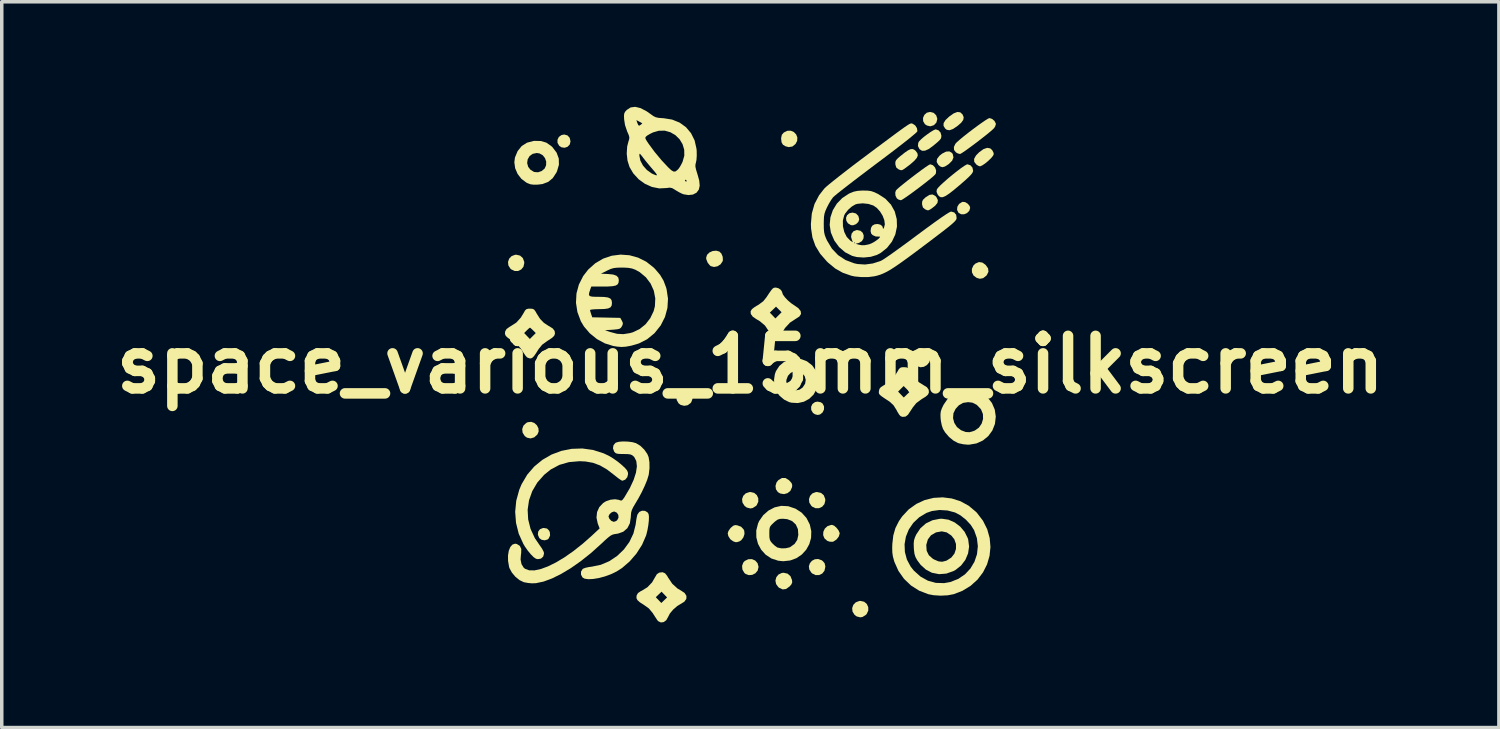
<source format=kicad_pcb>
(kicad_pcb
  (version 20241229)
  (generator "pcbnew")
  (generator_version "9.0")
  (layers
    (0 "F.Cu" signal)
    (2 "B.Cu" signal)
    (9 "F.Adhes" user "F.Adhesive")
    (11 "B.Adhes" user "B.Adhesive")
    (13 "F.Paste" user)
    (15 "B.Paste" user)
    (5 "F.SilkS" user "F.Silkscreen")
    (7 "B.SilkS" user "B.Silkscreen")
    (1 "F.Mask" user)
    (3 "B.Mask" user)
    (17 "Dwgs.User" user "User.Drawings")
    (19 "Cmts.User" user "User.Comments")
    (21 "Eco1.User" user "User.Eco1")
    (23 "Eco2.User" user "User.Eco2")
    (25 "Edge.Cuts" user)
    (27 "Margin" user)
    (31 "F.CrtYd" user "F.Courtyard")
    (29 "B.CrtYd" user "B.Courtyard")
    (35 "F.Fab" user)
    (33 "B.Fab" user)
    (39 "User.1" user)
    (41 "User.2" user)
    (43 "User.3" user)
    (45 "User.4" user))
  (footprint "space_various_15mm_silkscreen"
    (layer "F.Cu")
    (at 18.371 7.36)
    (property "Reference" "space_various_15mm_silkscreen" (at 0 0 0) (layer "F.SilkS") (effects (font (size 1.5 1.5) (thickness 0.3))))
    (attr board_only exclude_from_pos_files exclude_from_bom)
    (fp_poly (pts (xy -5.219 -6.544) (xy -5.156 -6.475) (xy -5.133 -6.371) (xy -5.157 -6.281) (xy -5.22 -6.218) (xy -5.304 -6.191) (xy -5.393 -6.205) (xy -5.455 -6.247) (xy -5.504 -6.331) (xy -5.505 -6.42) (xy -5.466 -6.5) (xy -5.392 -6.554) (xy -5.313 -6.57)) (stroke (width 0) (type solid)) (fill yes) (layer "F.SilkS"))
    (fp_poly (pts (xy 3.017 -4.315) (xy 3.084 -4.246) (xy 3.109 -4.148) (xy 3.083 -4.073) (xy 3.019 -4.011) (xy 2.937 -3.979) (xy 2.874 -3.982) (xy 2.787 -4.034) (xy 2.741 -4.108) (xy 2.733 -4.19) (xy 2.762 -4.266) (xy 2.827 -4.321) (xy 2.918 -4.341)) (stroke (width 0) (type solid)) (fill yes) (layer "F.SilkS"))
    (fp_poly (pts (xy 2.007 1.073) (xy 2.063 1.11) (xy 2.106 1.194) (xy 2.103 1.285) (xy 2.062 1.367) (xy 1.99 1.423) (xy 1.921 1.437) (xy 1.845 1.417) (xy 1.789 1.379) (xy 1.739 1.294) (xy 1.736 1.204) (xy 1.773 1.124) (xy 1.846 1.07) (xy 1.918 1.056)) (stroke (width 0) (type solid)) (fill yes) (layer "F.SilkS"))
    (fp_poly (pts (xy -6.165 1.666) (xy -6.093 1.732) (xy -6.049 1.818) (xy -6.043 1.912) (xy -6.08 1.997) (xy -6.17 2.077) (xy -6.273 2.107) (xy -6.375 2.086) (xy -6.439 2.04) (xy -6.501 1.943) (xy -6.512 1.838) (xy -6.476 1.74) (xy -6.396 1.664) (xy -6.355 1.644) (xy -6.256 1.633)) (stroke (width 0) (type solid)) (fill yes) (layer "F.SilkS"))
    (fp_poly (pts (xy -5.803 4.68) (xy -5.746 4.736) (xy -5.724 4.783) (xy -5.716 4.878) (xy -5.757 4.964) (xy -5.79 4.993) (xy -5.87 5.016) (xy -5.958 5.001) (xy -6.025 4.952) (xy -6.026 4.95) (xy -6.065 4.856) (xy -6.056 4.767) (xy -6.005 4.699) (xy -5.919 4.665) (xy -5.893 4.664)) (stroke (width 0) (type solid)) (fill yes) (layer "F.SilkS"))
    (fp_poly (pts (xy 4.951 -0.394) (xy 5.047 -0.345) (xy 5.111 -0.257) (xy 5.132 -0.159) (xy 5.108 -0.065) (xy 5.043 0.012) (xy 4.956 0.062) (xy 4.86 0.075) (xy 4.795 0.055) (xy 4.705 -0.02) (xy 4.666 -0.12) (xy 4.664 -0.16) (xy 4.688 -0.275) (xy 4.755 -0.358) (xy 4.838 -0.396)) (stroke (width 0) (type solid)) (fill yes) (layer "F.SilkS"))
    (fp_poly (pts (xy 5.233 -7.189) (xy 5.306 -7.12) (xy 5.338 -7.022) (xy 5.338 -7.01) (xy 5.312 -6.91) (xy 5.243 -6.837) (xy 5.145 -6.805) (xy 5.133 -6.805) (xy 5.047 -6.825) (xy 4.986 -6.863) (xy 4.935 -6.949) (xy 4.931 -7.043) (xy 4.968 -7.129) (xy 5.038 -7.192) (xy 5.133 -7.215)) (stroke (width 0) (type solid)) (fill yes) (layer "F.SilkS"))
    (fp_poly (pts (xy 6.131 -4.641) (xy 6.205 -4.597) (xy 6.26 -4.533) (xy 6.277 -4.476) (xy 6.252 -4.392) (xy 6.189 -4.329) (xy 6.106 -4.293) (xy 6.019 -4.293) (xy 5.945 -4.334) (xy 5.944 -4.336) (xy 5.903 -4.418) (xy 5.911 -4.508) (xy 5.96 -4.588) (xy 6.045 -4.642) (xy 6.059 -4.647)) (stroke (width 0) (type solid)) (fill yes) (layer "F.SilkS"))
    (fp_poly (pts (xy 6.628 -2.913) (xy 6.719 -2.847) (xy 6.788 -2.749) (xy 6.799 -2.651) (xy 6.751 -2.555) (xy 6.739 -2.541) (xy 6.648 -2.469) (xy 6.553 -2.451) (xy 6.465 -2.476) (xy 6.375 -2.542) (xy 6.328 -2.634) (xy 6.326 -2.735) (xy 6.371 -2.832) (xy 6.428 -2.886) (xy 6.529 -2.929)) (stroke (width 0) (type solid)) (fill yes) (layer "F.SilkS"))
    (fp_poly (pts (xy -6.572 -3.112) (xy -6.494 -3.042) (xy -6.455 -2.937) (xy -6.453 -2.9) (xy -6.477 -2.793) (xy -6.541 -2.716) (xy -6.63 -2.674) (xy -6.73 -2.674) (xy -6.827 -2.72) (xy -6.85 -2.741) (xy -6.908 -2.834) (xy -6.917 -2.934) (xy -6.884 -3.027) (xy -6.814 -3.099) (xy -6.714 -3.136) (xy -6.679 -3.138)) (stroke (width 0) (type solid)) (fill yes) (layer "F.SilkS"))
    (fp_poly (pts (xy -1.769 0.733) (xy -1.699 0.792) (xy -1.656 0.874) (xy -1.648 0.969) (xy -1.684 1.069) (xy -1.703 1.096) (xy -1.786 1.158) (xy -1.887 1.176) (xy -1.989 1.15) (xy -2.048 1.105) (xy -2.103 1.008) (xy -2.107 0.901) (xy -2.061 0.8) (xy -2.04 0.776) (xy -1.948 0.716) (xy -1.855 0.704)) (stroke (width 0) (type solid)) (fill yes) (layer "F.SilkS"))
    (fp_poly (pts (xy 0.111 3.662) (xy 0.186 3.726) (xy 0.227 3.815) (xy 0.228 3.915) (xy 0.184 4.01) (xy 0.163 4.034) (xy 0.068 4.094) (xy 0 4.106) (xy -0.103 4.079) (xy -0.163 4.034) (xy -0.224 3.939) (xy -0.235 3.839) (xy -0.202 3.746) (xy -0.131 3.675) (xy -0.027 3.639) (xy 0.007 3.637)) (stroke (width 0) (type solid)) (fill yes) (layer "F.SilkS"))
    (fp_poly (pts (xy 0.14 5.593) (xy 0.207 5.668) (xy 0.235 5.771) (xy 0.235 5.778) (xy 0.21 5.88) (xy 0.145 5.957) (xy 0.056 6.002) (xy -0.043 6.01) (xy -0.136 5.975) (xy -0.171 5.945) (xy -0.226 5.85) (xy -0.235 5.745) (xy -0.199 5.649) (xy -0.157 5.604) (xy -0.056 5.555) (xy 0.048 5.553)) (stroke (width 0) (type solid)) (fill yes) (layer "F.SilkS"))
    (fp_poly (pts (xy 1.066 5.968) (xy 1.147 6.041) (xy 1.191 6.151) (xy 1.196 6.22) (xy 1.171 6.277) (xy 1.12 6.334) (xy 1.022 6.405) (xy 0.925 6.418) (xy 0.826 6.373) (xy 0.802 6.354) (xy 0.736 6.265) (xy 0.717 6.166) (xy 0.742 6.07) (xy 0.803 5.993) (xy 0.898 5.948) (xy 0.953 5.942)) (stroke (width 0) (type solid)) (fill yes) (layer "F.SilkS"))
    (fp_poly (pts (xy 1.097 3.294) (xy 1.12 3.315) (xy 1.178 3.382) (xy 1.197 3.441) (xy 1.191 3.499) (xy 1.146 3.601) (xy 1.064 3.669) (xy 0.962 3.697) (xy 0.856 3.68) (xy 0.789 3.641) (xy 0.732 3.56) (xy 0.719 3.461) (xy 0.749 3.362) (xy 0.802 3.296) (xy 0.902 3.237) (xy 0.999 3.236)) (stroke (width 0) (type solid)) (fill yes) (layer "F.SilkS"))
    (fp_poly (pts (xy 1.242 -6.641) (xy 1.308 -6.574) (xy 1.343 -6.487) (xy 1.338 -6.389) (xy 1.291 -6.299) (xy 1.202 -6.227) (xy 1.094 -6.21) (xy 1.004 -6.234) (xy 0.931 -6.279) (xy 0.892 -6.347) (xy 0.88 -6.452) (xy 0.88 -6.468) (xy 0.9 -6.562) (xy 0.957 -6.627) (xy 1.057 -6.676) (xy 1.156 -6.678)) (stroke (width 0) (type solid)) (fill yes) (layer "F.SilkS"))
    (fp_poly (pts (xy 2.019 3.662) (xy 2.099 3.731) (xy 2.139 3.838) (xy 2.141 3.879) (xy 2.116 3.982) (xy 2.052 4.057) (xy 1.963 4.098) (xy 1.863 4.1) (xy 1.768 4.055) (xy 1.744 4.034) (xy 1.685 3.941) (xy 1.675 3.841) (xy 1.706 3.748) (xy 1.774 3.675) (xy 1.873 3.639) (xy 1.903 3.637)) (stroke (width 0) (type solid)) (fill yes) (layer "F.SilkS"))
    (fp_poly (pts (xy 3.251 6.77) (xy 3.326 6.834) (xy 3.367 6.923) (xy 3.368 7.023) (xy 3.322 7.119) (xy 3.301 7.143) (xy 3.206 7.203) (xy 3.138 7.215) (xy 3.035 7.188) (xy 2.976 7.143) (xy 2.918 7.051) (xy 2.908 6.951) (xy 2.941 6.858) (xy 3.011 6.786) (xy 3.112 6.748) (xy 3.147 6.746)) (stroke (width 0) (type solid)) (fill yes) (layer "F.SilkS"))
    (fp_poly (pts (xy 5.757 -6.044) (xy 5.78 -6.01) (xy 5.8 -5.916) (xy 5.762 -5.822) (xy 5.667 -5.728) (xy 5.656 -5.719) (xy 5.557 -5.656) (xy 5.483 -5.636) (xy 5.42 -5.658) (xy 5.367 -5.705) (xy 5.32 -5.787) (xy 5.331 -5.872) (xy 5.399 -5.962) (xy 5.475 -6.023) (xy 5.588 -6.081) (xy 5.684 -6.088)) (stroke (width 0) (type solid)) (fill yes) (layer "F.SilkS"))
    (fp_poly (pts (xy -0.881 -3.227) (xy -0.824 -3.168) (xy -0.788 -3.078) (xy -0.783 -2.984) (xy -0.791 -2.95) (xy -0.85 -2.863) (xy -0.937 -2.807) (xy -1.037 -2.788) (xy -1.129 -2.812) (xy -1.146 -2.824) (xy -1.215 -2.905) (xy -1.256 -3.007) (xy -1.261 -3.05) (xy -1.235 -3.135) (xy -1.167 -3.202) (xy -1.073 -3.244) (xy -0.97 -3.253)) (stroke (width 0) (type solid)) (fill yes) (layer "F.SilkS"))
    (fp_poly (pts (xy 2.037 5.585) (xy 2.064 5.604) (xy 2.121 5.669) (xy 2.141 5.754) (xy 2.141 5.775) (xy 2.117 5.885) (xy 2.054 5.965) (xy 1.965 6.008) (xy 1.865 6.009) (xy 1.767 5.962) (xy 1.744 5.941) (xy 1.684 5.849) (xy 1.672 5.756) (xy 1.701 5.67) (xy 1.76 5.6) (xy 1.842 5.557) (xy 1.937 5.549)) (stroke (width 0) (type solid)) (fill yes) (layer "F.SilkS"))
    (fp_poly (pts (xy 5.993 -7.204) (xy 6.057 -7.146) (xy 6.059 -7.142) (xy 6.092 -7.064) (xy 6.08 -6.989) (xy 6.021 -6.906) (xy 5.913 -6.812) (xy 5.788 -6.728) (xy 5.689 -6.692) (xy 5.61 -6.704) (xy 5.563 -6.741) (xy 5.516 -6.818) (xy 5.519 -6.897) (xy 5.574 -6.984) (xy 5.678 -7.082) (xy 5.807 -7.173) (xy 5.911 -7.213)) (stroke (width 0) (type solid)) (fill yes) (layer "F.SilkS"))
    (fp_poly (pts (xy 2.395 4.599) (xy 2.462 4.658) (xy 2.519 4.732) (xy 2.55 4.804) (xy 2.552 4.821) (xy 2.527 4.907) (xy 2.464 4.99) (xy 2.381 5.047) (xy 2.346 5.058) (xy 2.267 5.055) (xy 2.196 5.03) (xy 2.116 4.959) (xy 2.08 4.868) (xy 2.085 4.771) (xy 2.127 4.682) (xy 2.201 4.613) (xy 2.303 4.578) (xy 2.336 4.576)) (stroke (width 0) (type solid)) (fill yes) (layer "F.SilkS"))
    (fp_poly (pts (xy 6.85 -6.174) (xy 6.906 -6.123) (xy 6.94 -6.058) (xy 6.951 -6.012) (xy 6.929 -5.962) (xy 6.871 -5.892) (xy 6.791 -5.815) (xy 6.704 -5.743) (xy 6.622 -5.688) (xy 6.56 -5.661) (xy 6.552 -5.661) (xy 6.506 -5.678) (xy 6.452 -5.714) (xy 6.393 -5.789) (xy 6.389 -5.874) (xy 6.443 -5.971) (xy 6.53 -6.06) (xy 6.654 -6.151) (xy 6.762 -6.189)) (stroke (width 0) (type solid)) (fill yes) (layer "F.SilkS"))
    (fp_poly (pts (xy -0.376 4.587) (xy -0.264 4.627) (xy -0.194 4.7) (xy -0.173 4.744) (xy -0.166 4.835) (xy -0.198 4.933) (xy -0.258 5.013) (xy -0.308 5.045) (xy -0.376 5.067) (xy -0.424 5.068) (xy -0.487 5.045) (xy -0.488 5.045) (xy -0.57 4.986) (xy -0.628 4.895) (xy -0.645 4.816) (xy -0.625 4.752) (xy -0.575 4.679) (xy -0.556 4.658) (xy -0.489 4.6) (xy -0.431 4.581)) (stroke (width 0) (type solid)) (fill yes) (layer "F.SilkS"))
    (fp_poly (pts (xy 5.284 -4.814) (xy 5.316 -4.777) (xy 5.355 -4.696) (xy 5.343 -4.618) (xy 5.278 -4.537) (xy 5.214 -4.486) (xy 5.138 -4.432) (xy 5.09 -4.407) (xy 5.051 -4.408) (xy 5.001 -4.43) (xy 4.986 -4.437) (xy 4.929 -4.486) (xy 4.905 -4.567) (xy 4.904 -4.58) (xy 4.905 -4.651) (xy 4.93 -4.705) (xy 4.991 -4.765) (xy 5.007 -4.778) (xy 5.113 -4.846) (xy 5.204 -4.858)) (stroke (width 0) (type solid)) (fill yes) (layer "F.SilkS"))
    (fp_poly (pts (xy 4.689 -6.13) (xy 4.722 -6.101) (xy 4.77 -6.037) (xy 4.782 -5.972) (xy 4.753 -5.901) (xy 4.681 -5.818) (xy 4.563 -5.715) (xy 4.478 -5.65) (xy 4.394 -5.588) (xy 4.34 -5.556) (xy 4.3 -5.55) (xy 4.257 -5.565) (xy 4.224 -5.581) (xy 4.166 -5.63) (xy 4.142 -5.713) (xy 4.141 -5.723) (xy 4.141 -5.786) (xy 4.161 -5.836) (xy 4.211 -5.89) (xy 4.271 -5.942) (xy 4.404 -6.049) (xy 4.504 -6.118) (xy 4.579 -6.152) (xy 4.638 -6.155)) (stroke (width 0) (type solid)) (fill yes) (layer "F.SilkS"))
    (fp_poly (pts (xy 5.373 -6.69) (xy 5.432 -6.624) (xy 5.455 -6.538) (xy 5.452 -6.492) (xy 5.439 -6.453) (xy 5.407 -6.41) (xy 5.347 -6.354) (xy 5.252 -6.274) (xy 5.227 -6.253) (xy 5.095 -6.156) (xy 4.989 -6.108) (xy 4.904 -6.105) (xy 4.835 -6.148) (xy 4.829 -6.154) (xy 4.785 -6.241) (xy 4.795 -6.333) (xy 4.817 -6.372) (xy 4.874 -6.431) (xy 4.957 -6.503) (xy 5.055 -6.577) (xy 5.152 -6.645) (xy 5.234 -6.694) (xy 5.289 -6.716) (xy 5.293 -6.717)) (stroke (width 0) (type solid)) (fill yes) (layer "F.SilkS"))
    (fp_poly (pts (xy 6.282 -5.693) (xy 6.341 -5.627) (xy 6.361 -5.537) (xy 6.36 -5.525) (xy 6.346 -5.485) (xy 6.311 -5.434) (xy 6.247 -5.367) (xy 6.151 -5.277) (xy 6.015 -5.158) (xy 5.961 -5.112) (xy 5.796 -4.974) (xy 5.667 -4.875) (xy 5.568 -4.811) (xy 5.493 -4.78) (xy 5.435 -4.78) (xy 5.389 -4.807) (xy 5.349 -4.856) (xy 5.316 -4.935) (xy 5.326 -5.002) (xy 5.36 -5.049) (xy 5.43 -5.122) (xy 5.528 -5.212) (xy 5.644 -5.314) (xy 5.769 -5.418) (xy 5.894 -5.517) (xy 6.009 -5.605) (xy 6.106 -5.672) (xy 6.175 -5.712) (xy 6.199 -5.719)) (stroke (width 0) (type solid)) (fill yes) (layer "F.SilkS"))
    (fp_poly (pts (xy 5.213 -5.694) (xy 5.273 -5.629) (xy 5.305 -5.546) (xy 5.299 -5.463) (xy 5.286 -5.438) (xy 5.248 -5.398) (xy 5.173 -5.332) (xy 5.069 -5.248) (xy 4.947 -5.152) (xy 4.814 -5.05) (xy 4.68 -4.95) (xy 4.554 -4.858) (xy 4.443 -4.78) (xy 4.358 -4.724) (xy 4.306 -4.695) (xy 4.298 -4.693) (xy 4.227 -4.714) (xy 4.184 -4.746) (xy 4.145 -4.822) (xy 4.138 -4.912) (xy 4.158 -4.974) (xy 4.195 -5.012) (xy 4.268 -5.076) (xy 4.369 -5.158) (xy 4.489 -5.254) (xy 4.62 -5.355) (xy 4.753 -5.456) (xy 4.878 -5.549) (xy 4.988 -5.628) (xy 5.074 -5.686) (xy 5.126 -5.716) (xy 5.136 -5.719)) (stroke (width 0) (type solid)) (fill yes) (layer "F.SilkS"))
    (fp_poly (pts (xy 6.903 -7.015) (xy 6.97 -6.958) (xy 7.008 -6.886) (xy 7.01 -6.867) (xy 6.992 -6.803) (xy 6.959 -6.751) (xy 6.911 -6.705) (xy 6.83 -6.635) (xy 6.722 -6.547) (xy 6.598 -6.45) (xy 6.466 -6.348) (xy 6.334 -6.249) (xy 6.211 -6.159) (xy 6.107 -6.085) (xy 6.03 -6.035) (xy 5.989 -6.013) (xy 5.987 -6.013) (xy 5.926 -6.029) (xy 5.873 -6.058) (xy 5.817 -6.128) (xy 5.812 -6.214) (xy 5.854 -6.304) (xy 5.888 -6.342) (xy 5.976 -6.42) (xy 6.089 -6.514) (xy 6.218 -6.616) (xy 6.354 -6.72) (xy 6.488 -6.819) (xy 6.611 -6.907) (xy 6.715 -6.978) (xy 6.79 -7.024) (xy 6.827 -7.039)) (stroke (width 0) (type solid)) (fill yes) (layer "F.SilkS"))
    (fp_poly (pts (xy -3.007 4.175) (xy -2.936 4.216) (xy -2.904 4.266) (xy -2.894 4.339) (xy -2.897 4.452) (xy -2.912 4.587) (xy -2.937 4.728) (xy -2.969 4.858) (xy -2.978 4.885) (xy -3.091 5.145) (xy -3.251 5.394) (xy -3.445 5.619) (xy -3.664 5.808) (xy -3.816 5.905) (xy -3.977 5.983) (xy -4.149 6.046) (xy -4.32 6.092) (xy -4.482 6.119) (xy -4.622 6.126) (xy -4.73 6.111) (xy -4.791 6.076) (xy -4.834 5.995) (xy -4.833 5.908) (xy -4.789 5.838) (xy -4.773 5.826) (xy -4.709 5.801) (xy -4.61 5.779) (xy -4.526 5.768) (xy -4.267 5.714) (xy -4.023 5.61) (xy -3.802 5.462) (xy -3.609 5.277) (xy -3.452 5.062) (xy -3.338 4.824) (xy -3.274 4.569) (xy -3.268 4.524) (xy -3.253 4.414) (xy -3.233 4.317) (xy -3.22 4.275) (xy -3.168 4.204) (xy -3.091 4.171)) (stroke (width 0) (type solid)) (fill yes) (layer "F.SilkS"))
    (fp_poly (pts (xy -5.977 -6.384) (xy -5.824 -6.338) (xy -5.687 -6.244) (xy -5.648 -6.207) (xy -5.53 -6.052) (xy -5.468 -5.884) (xy -5.464 -5.706) (xy -5.518 -5.522) (xy -5.536 -5.483) (xy -5.64 -5.324) (xy -5.77 -5.217) (xy -5.932 -5.156) (xy -6.065 -5.139) (xy -6.187 -5.137) (xy -6.277 -5.149) (xy -6.361 -5.181) (xy -6.394 -5.198) (xy -6.535 -5.303) (xy -6.643 -5.443) (xy -6.713 -5.605) (xy -6.734 -5.755) (xy -6.371 -5.755) (xy -6.342 -5.648) (xy -6.278 -5.565) (xy -6.172 -5.5) (xy -6.061 -5.491) (xy -5.955 -5.528) (xy -5.871 -5.599) (xy -5.83 -5.693) (xy -5.827 -5.796) (xy -5.861 -5.895) (xy -5.926 -5.978) (xy -6.019 -6.03) (xy -6.098 -6.042) (xy -6.215 -6.017) (xy -6.302 -5.953) (xy -6.356 -5.861) (xy -6.371 -5.755) (xy -6.734 -5.755) (xy -6.737 -5.776) (xy -6.72 -5.912) (xy -6.643 -6.097) (xy -6.528 -6.239) (xy -6.377 -6.336) (xy -6.195 -6.385) (xy -6.16 -6.388)) (stroke (width 0) (type solid)) (fill yes) (layer "F.SilkS"))
    (fp_poly (pts (xy 1.454 -0.157) (xy 1.616 -0.095) (xy 1.758 0.014) (xy 1.779 0.037) (xy 1.875 0.18) (xy 1.925 0.34) (xy 1.93 0.53) (xy 1.93 0.531) (xy 1.89 0.707) (xy 1.804 0.858) (xy 1.681 0.977) (xy 1.529 1.059) (xy 1.358 1.097) (xy 1.177 1.087) (xy 1.107 1.069) (xy 0.967 1) (xy 0.839 0.893) (xy 0.741 0.766) (xy 0.715 0.715) (xy 0.683 0.582) (xy 0.68 0.485) (xy 1.027 0.485) (xy 1.053 0.576) (xy 1.121 0.658) (xy 1.215 0.715) (xy 1.305 0.733) (xy 1.403 0.716) (xy 1.489 0.657) (xy 1.498 0.648) (xy 1.565 0.545) (xy 1.582 0.434) (xy 1.552 0.329) (xy 1.479 0.243) (xy 1.367 0.189) (xy 1.366 0.189) (xy 1.255 0.188) (xy 1.154 0.235) (xy 1.075 0.319) (xy 1.032 0.43) (xy 1.027 0.485) (xy 0.68 0.485) (xy 0.678 0.426) (xy 0.701 0.273) (xy 0.73 0.189) (xy 0.828 0.038) (xy 0.96 -0.074) (xy 1.116 -0.145) (xy 1.284 -0.173)) (stroke (width 0) (type solid)) (fill yes) (layer "F.SilkS"))
    (fp_poly (pts (xy -2.434 5.957) (xy -2.373 6.033) (xy -2.352 6.072) (xy -2.229 6.255) (xy -2.076 6.394) (xy -1.977 6.451) (xy -1.874 6.521) (xy -1.823 6.603) (xy -1.826 6.688) (xy -1.882 6.767) (xy -1.966 6.82) (xy -2.087 6.892) (xy -2.202 6.993) (xy -2.295 7.103) (xy -2.347 7.203) (xy -2.399 7.296) (xy -2.472 7.35) (xy -2.553 7.361) (xy -2.629 7.325) (xy -2.655 7.296) (xy -2.697 7.232) (xy -2.754 7.144) (xy -2.786 7.093) (xy -2.895 6.962) (xy -3.038 6.859) (xy -3.152 6.786) (xy -3.22 6.726) (xy -3.25 6.669) (xy -3.249 6.64) (xy -2.699 6.64) (xy -2.62 6.722) (xy -2.541 6.805) (xy -2.458 6.726) (xy -2.376 6.647) (xy -2.455 6.564) (xy -2.534 6.482) (xy -2.616 6.561) (xy -2.699 6.64) (xy -3.249 6.64) (xy -3.248 6.604) (xy -3.244 6.588) (xy -3.208 6.522) (xy -3.128 6.468) (xy -3.099 6.455) (xy -2.938 6.356) (xy -2.804 6.216) (xy -2.726 6.081) (xy -2.668 5.983) (xy -2.601 5.938) (xy -2.599 5.938) (xy -2.505 5.927)) (stroke (width 0) (type solid)) (fill yes) (layer "F.SilkS"))
    (fp_poly (pts (xy 0.807 -2.18) (xy 0.873 -2.133) (xy 0.908 -2.075) (xy 0.909 -2.063) (xy 0.931 -2.001) (xy 0.99 -1.92) (xy 1.073 -1.833) (xy 1.168 -1.752) (xy 1.249 -1.697) (xy 1.372 -1.612) (xy 1.438 -1.528) (xy 1.448 -1.447) (xy 1.4 -1.373) (xy 1.302 -1.31) (xy 1.132 -1.199) (xy 0.99 -1.045) (xy 0.923 -0.935) (xy 0.849 -0.827) (xy 0.769 -0.768) (xy 0.688 -0.762) (xy 0.613 -0.81) (xy 0.61 -0.814) (xy 0.567 -0.875) (xy 0.522 -0.957) (xy 0.516 -0.971) (xy 0.419 -1.116) (xy 0.273 -1.239) (xy 0.177 -1.296) (xy 0.071 -1.368) (xy 0.014 -1.447) (xy 0.011 -1.485) (xy 0.557 -1.485) (xy 0.637 -1.402) (xy 0.716 -1.319) (xy 0.805 -1.407) (xy 0.893 -1.496) (xy 0.814 -1.575) (xy 0.734 -1.655) (xy 0.646 -1.57) (xy 0.557 -1.485) (xy 0.011 -1.485) (xy 0.009 -1.524) (xy 0.045 -1.583) (xy 0.106 -1.631) (xy 0.193 -1.686) (xy 0.235 -1.709) (xy 0.372 -1.812) (xy 0.461 -1.923) (xy 0.54 -2.043) (xy 0.596 -2.122) (xy 0.636 -2.169) (xy 0.67 -2.192) (xy 0.705 -2.199) (xy 0.73 -2.2)) (stroke (width 0) (type solid)) (fill yes) (layer "F.SilkS"))
    (fp_poly (pts (xy 4.459 0.078) (xy 4.505 0.102) (xy 4.543 0.159) (xy 4.562 0.197) (xy 4.669 0.363) (xy 4.813 0.503) (xy 4.946 0.586) (xy 5.043 0.646) (xy 5.09 0.714) (xy 5.093 0.723) (xy 5.099 0.794) (xy 5.074 0.854) (xy 5.009 0.913) (xy 4.897 0.982) (xy 4.895 0.983) (xy 4.739 1.098) (xy 4.642 1.218) (xy 4.582 1.31) (xy 4.527 1.392) (xy 4.502 1.43) (xy 4.432 1.484) (xy 4.344 1.492) (xy 4.287 1.47) (xy 4.253 1.431) (xy 4.206 1.357) (xy 4.169 1.287) (xy 4.086 1.157) (xy 3.978 1.058) (xy 3.944 1.035) (xy 3.823 0.956) (xy 3.743 0.9) (xy 3.696 0.86) (xy 3.674 0.826) (xy 3.669 0.791) (xy 3.671 0.77) (xy 4.219 0.77) (xy 4.3 0.854) (xy 4.381 0.939) (xy 4.464 0.859) (xy 4.547 0.78) (xy 4.463 0.695) (xy 4.378 0.611) (xy 4.299 0.69) (xy 4.219 0.77) (xy 3.671 0.77) (xy 3.672 0.753) (xy 3.687 0.692) (xy 3.726 0.644) (xy 3.804 0.594) (xy 3.823 0.583) (xy 3.977 0.484) (xy 4.094 0.367) (xy 4.191 0.215) (xy 4.239 0.133) (xy 4.279 0.091) (xy 4.329 0.075) (xy 4.385 0.073)) (stroke (width 0) (type solid)) (fill yes) (layer "F.SilkS"))
    (fp_poly (pts (xy 5.658 4.427) (xy 5.834 4.505) (xy 5.992 4.624) (xy 6.12 4.776) (xy 6.207 4.952) (xy 6.221 4.996) (xy 6.246 5.195) (xy 6.217 5.391) (xy 6.139 5.575) (xy 6.017 5.736) (xy 5.856 5.864) (xy 5.8 5.894) (xy 5.596 5.966) (xy 5.389 5.982) (xy 5.186 5.942) (xy 5.181 5.94) (xy 5.013 5.852) (xy 4.862 5.715) (xy 4.767 5.587) (xy 4.716 5.495) (xy 4.687 5.404) (xy 4.672 5.29) (xy 4.668 5.231) (xy 4.666 5.159) (xy 5.024 5.159) (xy 5.035 5.315) (xy 5.098 5.443) (xy 5.213 5.544) (xy 5.251 5.565) (xy 5.374 5.617) (xy 5.479 5.628) (xy 5.588 5.6) (xy 5.61 5.591) (xy 5.739 5.508) (xy 5.828 5.394) (xy 5.872 5.261) (xy 5.872 5.121) (xy 5.824 4.985) (xy 5.738 4.878) (xy 5.607 4.79) (xy 5.467 4.76) (xy 5.314 4.787) (xy 5.293 4.794) (xy 5.158 4.873) (xy 5.069 4.99) (xy 5.025 5.142) (xy 5.024 5.159) (xy 4.666 5.159) (xy 4.665 5.106) (xy 4.674 5.015) (xy 4.701 4.931) (xy 4.735 4.854) (xy 4.855 4.673) (xy 5.012 4.534) (xy 5.2 4.443) (xy 5.413 4.401) (xy 5.473 4.4)) (stroke (width 0) (type solid)) (fill yes) (layer "F.SilkS"))
    (fp_poly (pts (xy 6.373 0.726) (xy 6.576 0.797) (xy 6.604 0.812) (xy 6.772 0.934) (xy 6.898 1.095) (xy 6.979 1.284) (xy 7.008 1.483) (xy 6.984 1.693) (xy 6.91 1.881) (xy 6.793 2.041) (xy 6.639 2.167) (xy 6.456 2.25) (xy 6.25 2.285) (xy 6.205 2.285) (xy 6.085 2.274) (xy 5.963 2.248) (xy 5.927 2.237) (xy 5.8 2.169) (xy 5.672 2.063) (xy 5.561 1.934) (xy 5.5 1.833) (xy 5.467 1.737) (xy 5.442 1.613) (xy 5.432 1.527) (xy 5.788 1.527) (xy 5.823 1.662) (xy 5.899 1.781) (xy 6.013 1.87) (xy 6.022 1.875) (xy 6.146 1.923) (xy 6.257 1.929) (xy 6.379 1.894) (xy 6.412 1.88) (xy 6.526 1.799) (xy 6.605 1.684) (xy 6.645 1.55) (xy 6.641 1.412) (xy 6.59 1.284) (xy 6.576 1.264) (xy 6.466 1.149) (xy 6.342 1.086) (xy 6.218 1.071) (xy 6.074 1.092) (xy 5.953 1.162) (xy 5.86 1.264) (xy 5.799 1.389) (xy 5.788 1.527) (xy 5.432 1.527) (xy 5.432 1.525) (xy 5.429 1.417) (xy 5.439 1.333) (xy 5.468 1.249) (xy 5.519 1.144) (xy 5.642 0.965) (xy 5.797 0.832) (xy 5.976 0.746) (xy 6.171 0.71)) (stroke (width 0) (type solid)) (fill yes) (layer "F.SilkS"))
    (fp_poly (pts (xy 1.077 4.042) (xy 1.084 4.043) (xy 1.289 4.112) (xy 1.465 4.225) (xy 1.601 4.375) (xy 1.604 4.379) (xy 1.699 4.566) (xy 1.741 4.758) (xy 1.735 4.946) (xy 1.685 5.123) (xy 1.596 5.284) (xy 1.472 5.42) (xy 1.319 5.525) (xy 1.14 5.591) (xy 0.94 5.613) (xy 0.796 5.598) (xy 0.603 5.535) (xy 0.44 5.428) (xy 0.311 5.286) (xy 0.22 5.117) (xy 0.172 4.931) (xy 0.171 4.821) (xy 0.543 4.821) (xy 0.545 4.929) (xy 0.559 5.001) (xy 0.588 5.056) (xy 0.631 5.105) (xy 0.699 5.169) (xy 0.763 5.215) (xy 0.777 5.222) (xy 0.883 5.245) (xy 1.007 5.243) (xy 1.117 5.218) (xy 1.138 5.209) (xy 1.264 5.119) (xy 1.34 5.004) (xy 1.371 4.862) (xy 1.359 4.697) (xy 1.299 4.564) (xy 1.196 4.468) (xy 1.055 4.412) (xy 0.931 4.4) (xy 0.842 4.405) (xy 0.774 4.428) (xy 0.703 4.481) (xy 0.666 4.515) (xy 0.599 4.58) (xy 0.562 4.632) (xy 0.546 4.694) (xy 0.543 4.786) (xy 0.543 4.821) (xy 0.171 4.821) (xy 0.17 4.735) (xy 0.22 4.539) (xy 0.251 4.468) (xy 0.368 4.299) (xy 0.519 4.166) (xy 0.694 4.075) (xy 0.884 4.032)) (stroke (width 0) (type solid)) (fill yes) (layer "F.SilkS"))
    (fp_poly (pts (xy -6.22 -1.594) (xy -6.174 -1.573) (xy -6.134 -1.521) (xy -6.1 -1.46) (xy -6.002 -1.306) (xy -5.893 -1.193) (xy -5.757 -1.104) (xy -5.742 -1.097) (xy -5.64 -1.032) (xy -5.589 -0.965) (xy -5.584 -0.948) (xy -5.577 -0.881) (xy -5.6 -0.823) (xy -5.66 -0.764) (xy -5.765 -0.695) (xy -5.791 -0.679) (xy -5.943 -0.568) (xy -6.043 -0.445) (xy -6.119 -0.324) (xy -6.174 -0.245) (xy -6.217 -0.2) (xy -6.255 -0.18) (xy -6.291 -0.176) (xy -6.363 -0.2) (xy -6.408 -0.242) (xy -6.45 -0.303) (xy -6.508 -0.391) (xy -6.549 -0.454) (xy -6.672 -0.598) (xy -6.802 -0.689) (xy -6.914 -0.758) (xy -6.98 -0.818) (xy -7.006 -0.878) (xy -7.003 -0.902) (xy -6.457 -0.902) (xy -6.375 -0.817) (xy -6.294 -0.732) (xy -6.209 -0.817) (xy -6.125 -0.901) (xy -6.202 -0.979) (xy -6.255 -1.029) (xy -6.288 -1.055) (xy -6.291 -1.056) (xy -6.318 -1.037) (xy -6.368 -0.991) (xy -6.38 -0.979) (xy -6.457 -0.902) (xy -7.003 -0.902) (xy -6.999 -0.948) (xy -6.999 -0.948) (xy -6.959 -1.017) (xy -6.868 -1.082) (xy -6.841 -1.097) (xy -6.679 -1.202) (xy -6.553 -1.341) (xy -6.476 -1.467) (xy -6.432 -1.545) (xy -6.391 -1.584) (xy -6.336 -1.597) (xy -6.291 -1.598)) (stroke (width 0) (type solid)) (fill yes) (layer "F.SilkS"))
    (fp_poly (pts (xy -4.491 2.436) (xy -4.192 2.531) (xy -4.043 2.601) (xy -3.919 2.675) (xy -3.784 2.77) (xy -3.669 2.865) (xy -3.577 2.951) (xy -3.523 3.014) (xy -3.497 3.068) (xy -3.49 3.124) (xy -3.49 3.124) (xy -3.513 3.215) (xy -3.571 3.284) (xy -3.649 3.314) (xy -3.656 3.314) (xy -3.693 3.296) (xy -3.762 3.249) (xy -3.849 3.181) (xy -3.877 3.158) (xy -4.091 2.994) (xy -4.292 2.877) (xy -4.492 2.803) (xy -4.706 2.765) (xy -4.877 2.757) (xy -5.176 2.783) (xy -5.448 2.861) (xy -5.695 2.992) (xy -5.885 3.145) (xy -6.082 3.368) (xy -6.226 3.613) (xy -6.318 3.874) (xy -6.357 4.144) (xy -6.342 4.418) (xy -6.274 4.69) (xy -6.151 4.955) (xy -6.011 5.16) (xy -5.948 5.25) (xy -5.904 5.333) (xy -5.888 5.386) (xy -5.912 5.479) (xy -5.976 5.538) (xy -6.066 5.554) (xy -6.119 5.542) (xy -6.183 5.499) (xy -6.264 5.418) (xy -6.353 5.311) (xy -6.437 5.19) (xy -6.48 5.118) (xy -6.612 4.826) (xy -6.689 4.518) (xy -6.713 4.202) (xy -6.682 3.885) (xy -6.597 3.574) (xy -6.529 3.413) (xy -6.369 3.142) (xy -6.168 2.909) (xy -5.934 2.717) (xy -5.674 2.567) (xy -5.393 2.462) (xy -5.098 2.404) (xy -4.795 2.394)) (stroke (width 0) (type solid)) (fill yes) (layer "F.SilkS"))
    (fp_poly (pts (xy 5.75 3.821) (xy 6 3.9) (xy 6.234 4.028) (xy 6.445 4.205) (xy 6.47 4.231) (xy 6.643 4.458) (xy 6.764 4.7) (xy 6.834 4.952) (xy 6.856 5.207) (xy 6.83 5.46) (xy 6.759 5.703) (xy 6.644 5.93) (xy 6.488 6.136) (xy 6.291 6.314) (xy 6.057 6.457) (xy 5.809 6.553) (xy 5.635 6.586) (xy 5.434 6.596) (xy 5.232 6.583) (xy 5.081 6.554) (xy 4.821 6.454) (xy 4.588 6.306) (xy 4.388 6.115) (xy 4.228 5.888) (xy 4.113 5.63) (xy 4.103 5.596) (xy 4.07 5.473) (xy 4.054 5.359) (xy 4.051 5.227) (xy 4.054 5.128) (xy 4.404 5.128) (xy 4.413 5.348) (xy 4.47 5.564) (xy 4.579 5.768) (xy 4.669 5.881) (xy 4.86 6.052) (xy 5.071 6.169) (xy 5.297 6.231) (xy 5.534 6.238) (xy 5.712 6.206) (xy 5.938 6.117) (xy 6.13 5.986) (xy 6.285 5.82) (xy 6.4 5.626) (xy 6.472 5.412) (xy 6.496 5.185) (xy 6.469 4.953) (xy 6.389 4.726) (xy 6.292 4.573) (xy 6.155 4.426) (xy 5.998 4.302) (xy 5.845 4.221) (xy 5.629 4.164) (xy 5.402 4.15) (xy 5.183 4.18) (xy 5.03 4.233) (xy 4.821 4.359) (xy 4.652 4.519) (xy 4.525 4.706) (xy 4.442 4.911) (xy 4.404 5.128) (xy 4.054 5.128) (xy 4.054 5.124) (xy 4.082 4.878) (xy 4.143 4.666) (xy 4.243 4.468) (xy 4.336 4.333) (xy 4.524 4.131) (xy 4.741 3.976) (xy 4.98 3.866) (xy 5.233 3.804) (xy 5.492 3.789)) (stroke (width 0) (type solid)) (fill yes) (layer "F.SilkS"))
    (fp_poly (pts (xy 3.357 -4.967) (xy 3.452 -4.953) (xy 3.545 -4.921) (xy 3.654 -4.868) (xy 3.858 -4.735) (xy 4.015 -4.568) (xy 4.124 -4.372) (xy 4.181 -4.153) (xy 4.187 -3.94) (xy 4.14 -3.717) (xy 4.043 -3.511) (xy 3.902 -3.332) (xy 3.724 -3.19) (xy 3.613 -3.131) (xy 3.437 -3.078) (xy 3.238 -3.058) (xy 3.042 -3.071) (xy 2.91 -3.104) (xy 2.708 -3.207) (xy 2.535 -3.356) (xy 2.447 -3.476) (xy 2.962 -3.476) (xy 2.977 -3.461) (xy 2.992 -3.476) (xy 2.977 -3.49) (xy 2.962 -3.476) (xy 2.447 -3.476) (xy 2.397 -3.544) (xy 2.303 -3.764) (xy 2.299 -3.777) (xy 2.266 -3.99) (xy 2.278 -4.111) (xy 2.642 -4.111) (xy 2.645 -3.948) (xy 2.682 -3.788) (xy 2.752 -3.648) (xy 2.85 -3.545) (xy 2.851 -3.545) (xy 2.908 -3.505) (xy 2.927 -3.499) (xy 2.916 -3.526) (xy 2.907 -3.543) (xy 2.877 -3.646) (xy 2.892 -3.739) (xy 2.947 -3.809) (xy 3.034 -3.841) (xy 3.053 -3.842) (xy 3.148 -3.82) (xy 3.21 -3.763) (xy 3.238 -3.685) (xy 3.231 -3.602) (xy 3.187 -3.527) (xy 3.105 -3.476) (xy 3.087 -3.471) (xy 3.006 -3.45) (xy 3.08 -3.429) (xy 3.174 -3.409) (xy 3.264 -3.41) (xy 3.378 -3.432) (xy 3.388 -3.435) (xy 3.456 -3.46) (xy 3.531 -3.5) (xy 3.602 -3.547) (xy 3.661 -3.593) (xy 3.697 -3.632) (xy 3.702 -3.654) (xy 3.669 -3.655) (xy 3.578 -3.659) (xy 3.492 -3.699) (xy 3.454 -3.737) (xy 3.433 -3.813) (xy 3.446 -3.903) (xy 3.48 -3.965) (xy 3.547 -4.005) (xy 3.629 -4.015) (xy 3.709 -3.998) (xy 3.766 -3.956) (xy 3.784 -3.907) (xy 3.789 -3.874) (xy 3.806 -3.892) (xy 3.817 -3.911) (xy 3.841 -4.006) (xy 3.826 -4.124) (xy 3.778 -4.25) (xy 3.704 -4.372) (xy 3.611 -4.475) (xy 3.514 -4.542) (xy 3.372 -4.588) (xy 3.211 -4.605) (xy 3.06 -4.591) (xy 3.001 -4.574) (xy 2.898 -4.514) (xy 2.794 -4.422) (xy 2.71 -4.316) (xy 2.68 -4.261) (xy 2.642 -4.111) (xy 2.278 -4.111) (xy 2.287 -4.204) (xy 2.356 -4.409) (xy 2.47 -4.596) (xy 2.625 -4.756) (xy 2.814 -4.88) (xy 2.841 -4.893) (xy 2.953 -4.938) (xy 3.062 -4.961) (xy 3.196 -4.97) (xy 3.23 -4.97)) (stroke (width 0) (type solid)) (fill yes) (layer "F.SilkS"))
    (fp_poly (pts (xy -3.451 -3.123) (xy -3.204 -3.055) (xy -2.97 -2.938) (xy -2.757 -2.77) (xy -2.717 -2.729) (xy -2.576 -2.563) (xy -2.477 -2.396) (xy -2.405 -2.205) (xy -2.39 -2.151) (xy -2.35 -1.883) (xy -2.366 -1.618) (xy -2.436 -1.361) (xy -2.557 -1.121) (xy -2.728 -0.906) (xy -2.74 -0.893) (xy -2.947 -0.724) (xy -3.18 -0.605) (xy -3.398 -0.541) (xy -3.55 -0.513) (xy -3.674 -0.504) (xy -3.8 -0.514) (xy -3.915 -0.533) (xy -4.153 -0.607) (xy -4.38 -0.73) (xy -4.582 -0.894) (xy -4.749 -1.089) (xy -4.838 -1.238) (xy -4.936 -1.5) (xy -4.977 -1.766) (xy -4.965 -1.99) (xy -4.607 -1.99) (xy -4.582 -1.957) (xy -4.518 -1.941) (xy -4.408 -1.936) (xy -4.332 -1.936) (xy -4.173 -1.932) (xy -4.064 -1.917) (xy -3.996 -1.887) (xy -3.961 -1.839) (xy -3.95 -1.768) (xy -3.95 -1.76) (xy -3.959 -1.685) (xy -3.994 -1.634) (xy -4.062 -1.603) (xy -4.171 -1.588) (xy -4.317 -1.584) (xy -4.432 -1.581) (xy -4.521 -1.574) (xy -4.57 -1.564) (xy -4.576 -1.559) (xy -4.567 -1.516) (xy -4.545 -1.446) (xy -4.544 -1.442) (xy -4.512 -1.351) (xy -4.112 -1.343) (xy -3.712 -1.335) (xy -3.667 -1.254) (xy -3.639 -1.19) (xy -3.645 -1.138) (xy -3.667 -1.093) (xy -3.695 -1.051) (xy -3.732 -1.025) (xy -3.792 -1.01) (xy -3.892 -1) (xy -3.931 -0.997) (xy -4.15 -0.983) (xy -4.004 -0.933) (xy -3.805 -0.88) (xy -3.624 -0.87) (xy -3.436 -0.9) (xy -3.349 -0.925) (xy -3.159 -1.016) (xy -2.991 -1.152) (xy -2.856 -1.326) (xy -2.76 -1.526) (xy -2.724 -1.665) (xy -2.713 -1.891) (xy -2.755 -2.111) (xy -2.847 -2.315) (xy -2.982 -2.494) (xy -3.157 -2.64) (xy -3.281 -2.709) (xy -3.376 -2.744) (xy -3.482 -2.763) (xy -3.619 -2.771) (xy -3.666 -2.771) (xy -3.8 -2.768) (xy -3.897 -2.757) (xy -3.982 -2.733) (xy -4.077 -2.69) (xy -4.09 -2.683) (xy -4.264 -2.596) (xy -4.061 -2.587) (xy -3.915 -2.572) (xy -3.82 -2.538) (xy -3.768 -2.483) (xy -3.754 -2.41) (xy -3.762 -2.34) (xy -3.789 -2.29) (xy -3.845 -2.257) (xy -3.937 -2.239) (xy -4.074 -2.23) (xy -4.196 -2.229) (xy -4.54 -2.229) (xy -4.573 -2.137) (xy -4.601 -2.048) (xy -4.607 -1.99) (xy -4.965 -1.99) (xy -4.963 -2.031) (xy -4.894 -2.287) (xy -4.771 -2.529) (xy -4.628 -2.714) (xy -4.425 -2.895) (xy -4.199 -3.027) (xy -3.956 -3.109) (xy -3.704 -3.141)) (stroke (width 0) (type solid)) (fill yes) (layer "F.SilkS"))
    (fp_poly (pts (xy 4.616 -6.884) (xy 4.631 -6.879) (xy 4.634 -6.878) (xy 4.706 -6.831) (xy 4.756 -6.755) (xy 4.77 -6.675) (xy 4.766 -6.656) (xy 4.738 -6.625) (xy 4.666 -6.562) (xy 4.554 -6.469) (xy 4.404 -6.35) (xy 4.221 -6.208) (xy 4.007 -6.044) (xy 3.766 -5.862) (xy 3.594 -5.733) (xy 3.363 -5.559) (xy 3.144 -5.393) (xy 2.942 -5.239) (xy 2.762 -5.1) (xy 2.609 -4.981) (xy 2.488 -4.885) (xy 2.404 -4.815) (xy 2.362 -4.777) (xy 2.361 -4.775) (xy 2.305 -4.697) (xy 2.241 -4.59) (xy 2.188 -4.488) (xy 2.144 -4.389) (xy 2.117 -4.306) (xy 2.103 -4.217) (xy 2.098 -4.101) (xy 2.097 -4.018) (xy 2.099 -3.88) (xy 2.108 -3.779) (xy 2.127 -3.695) (xy 2.161 -3.608) (xy 2.19 -3.544) (xy 2.329 -3.313) (xy 2.506 -3.126) (xy 2.719 -2.986) (xy 2.965 -2.893) (xy 3.062 -2.872) (xy 3.274 -2.858) (xy 3.497 -2.888) (xy 3.708 -2.955) (xy 3.756 -2.978) (xy 3.812 -3.012) (xy 3.907 -3.076) (xy 4.038 -3.167) (xy 4.196 -3.281) (xy 4.376 -3.411) (xy 4.572 -3.555) (xy 4.777 -3.708) (xy 4.78 -3.71) (xy 5.041 -3.903) (xy 5.262 -4.064) (xy 5.443 -4.192) (xy 5.582 -4.287) (xy 5.678 -4.346) (xy 5.729 -4.37) (xy 5.733 -4.37) (xy 5.822 -4.345) (xy 5.877 -4.278) (xy 5.89 -4.183) (xy 5.884 -4.157) (xy 5.869 -4.128) (xy 5.84 -4.093) (xy 5.793 -4.046) (xy 5.724 -3.986) (xy 5.628 -3.908) (xy 5.501 -3.809) (xy 5.339 -3.685) (xy 5.138 -3.532) (xy 4.957 -3.396) (xy 4.698 -3.201) (xy 4.479 -3.04) (xy 4.296 -2.908) (xy 4.142 -2.802) (xy 4.013 -2.718) (xy 3.902 -2.654) (xy 3.804 -2.606) (xy 3.714 -2.569) (xy 3.625 -2.542) (xy 3.549 -2.523) (xy 3.371 -2.5) (xy 3.17 -2.499) (xy 2.976 -2.518) (xy 2.88 -2.539) (xy 2.637 -2.624) (xy 2.423 -2.745) (xy 2.221 -2.912) (xy 2.185 -2.947) (xy 1.995 -3.165) (xy 1.859 -3.389) (xy 1.774 -3.628) (xy 1.734 -3.892) (xy 1.73 -4.018) (xy 1.756 -4.315) (xy 1.833 -4.586) (xy 1.964 -4.836) (xy 2.112 -5.026) (xy 2.162 -5.074) (xy 2.255 -5.153) (xy 2.384 -5.257) (xy 2.544 -5.384) (xy 2.729 -5.528) (xy 2.934 -5.686) (xy 3.154 -5.852) (xy 3.333 -5.986) (xy 3.604 -6.189) (xy 3.833 -6.359) (xy 4.022 -6.5) (xy 4.176 -6.614) (xy 4.298 -6.703) (xy 4.394 -6.772) (xy 4.466 -6.821) (xy 4.519 -6.855) (xy 4.556 -6.875) (xy 4.582 -6.885) (xy 4.601 -6.887)) (stroke (width 0) (type solid)) (fill yes) (layer "F.SilkS"))
    (fp_poly (pts (xy -3.5 2.197) (xy -3.369 2.213) (xy -3.264 2.242) (xy -3.262 2.243) (xy -3.141 2.316) (xy -3.028 2.425) (xy -2.941 2.55) (xy -2.904 2.638) (xy -2.88 2.784) (xy -2.878 2.957) (xy -2.898 3.129) (xy -2.906 3.165) (xy -2.946 3.295) (xy -3.013 3.458) (xy -3.099 3.64) (xy -3.197 3.823) (xy -3.274 3.952) (xy -3.341 4.065) (xy -3.382 4.15) (xy -3.403 4.228) (xy -3.411 4.32) (xy -3.412 4.354) (xy -3.439 4.531) (xy -3.51 4.67) (xy -3.623 4.768) (xy -3.776 4.824) (xy -3.832 4.832) (xy -3.892 4.842) (xy -3.946 4.859) (xy -4.002 4.891) (xy -4.071 4.946) (xy -4.163 5.028) (xy -4.266 5.125) (xy -4.552 5.382) (xy -4.84 5.611) (xy -5.124 5.81) (xy -5.4 5.975) (xy -5.66 6.104) (xy -5.901 6.193) (xy -6.116 6.239) (xy -6.232 6.244) (xy -6.344 6.234) (xy -6.458 6.213) (xy -6.466 6.211) (xy -6.586 6.154) (xy -6.705 6.058) (xy -6.807 5.937) (xy -6.876 5.81) (xy -6.887 5.772) (xy -6.916 5.605) (xy -6.918 5.45) (xy -6.896 5.315) (xy -6.853 5.208) (xy -6.792 5.138) (xy -6.716 5.112) (xy -6.665 5.121) (xy -6.58 5.175) (xy -6.539 5.263) (xy -6.542 5.388) (xy -6.548 5.417) (xy -6.559 5.565) (xy -6.532 5.696) (xy -6.47 5.797) (xy -6.432 5.828) (xy -6.313 5.873) (xy -6.161 5.874) (xy -5.979 5.835) (xy -5.772 5.758) (xy -5.544 5.645) (xy -5.301 5.499) (xy -5.046 5.32) (xy -4.783 5.112) (xy -4.534 4.892) (xy -4.302 4.676) (xy -4.355 4.538) (xy -4.391 4.37) (xy -4.388 4.336) (xy -4.048 4.336) (xy -4.024 4.401) (xy -3.968 4.46) (xy -3.903 4.487) (xy -3.898 4.488) (xy -3.836 4.468) (xy -3.8 4.441) (xy -3.763 4.37) (xy -3.768 4.292) (xy -3.809 4.228) (xy -3.878 4.195) (xy -3.893 4.194) (xy -3.957 4.216) (xy -4.017 4.268) (xy -4.047 4.328) (xy -4.048 4.336) (xy -4.388 4.336) (xy -4.375 4.209) (xy -4.31 4.066) (xy -4.2 3.95) (xy -4.119 3.9) (xy -3.992 3.857) (xy -3.862 3.843) (xy -3.75 3.861) (xy -3.724 3.872) (xy -3.686 3.883) (xy -3.65 3.862) (xy -3.604 3.802) (xy -3.588 3.777) (xy -3.439 3.524) (xy -3.331 3.291) (xy -3.264 3.083) (xy -3.238 2.903) (xy -3.255 2.753) (xy -3.314 2.638) (xy -3.33 2.622) (xy -3.374 2.585) (xy -3.425 2.564) (xy -3.501 2.554) (xy -3.617 2.552) (xy -3.62 2.552) (xy -3.735 2.55) (xy -3.806 2.542) (xy -3.849 2.524) (xy -3.88 2.492) (xy -3.889 2.479) (xy -3.921 2.387) (xy -3.905 2.298) (xy -3.847 2.232) (xy -3.839 2.227) (xy -3.755 2.203) (xy -3.636 2.193)) (stroke (width 0) (type solid)) (fill yes) (layer "F.SilkS"))
    (fp_poly (pts (xy -3.132 -7.323) (xy -2.959 -7.232) (xy -2.842 -7.15) (xy -2.767 -7.096) (xy -2.702 -7.064) (xy -2.625 -7.046) (xy -2.516 -7.037) (xy -2.475 -7.035) (xy -2.232 -6.996) (xy -2.017 -6.909) (xy -1.836 -6.778) (xy -1.692 -6.607) (xy -1.59 -6.401) (xy -1.537 -6.166) (xy -1.531 -6.102) (xy -1.529 -5.965) (xy -1.537 -5.846) (xy -1.552 -5.771) (xy -1.567 -5.711) (xy -1.567 -5.65) (xy -1.55 -5.571) (xy -1.515 -5.456) (xy -1.509 -5.438) (xy -1.458 -5.254) (xy -1.445 -5.109) (xy -1.47 -4.997) (xy -1.534 -4.911) (xy -1.54 -4.906) (xy -1.639 -4.855) (xy -1.767 -4.841) (xy -1.905 -4.863) (xy -1.956 -4.883) (xy -2.044 -4.927) (xy -2.139 -4.984) (xy -2.155 -4.995) (xy -2.233 -5.04) (xy -2.302 -5.053) (xy -2.39 -5.042) (xy -2.599 -5.031) (xy -2.809 -5.073) (xy -3.009 -5.163) (xy -3.146 -5.261) (xy -1.867 -5.261) (xy -1.862 -5.25) (xy -1.836 -5.222) (xy -1.831 -5.221) (xy -1.819 -5.243) (xy -1.818 -5.25) (xy -1.841 -5.278) (xy -1.85 -5.279) (xy -1.867 -5.261) (xy -3.146 -5.261) (xy -3.19 -5.294) (xy -3.342 -5.461) (xy -3.448 -5.641) (xy -3.506 -5.824) (xy -3.523 -5.977) (xy -3.167 -5.977) (xy -3.167 -5.966) (xy -3.139 -5.824) (xy -3.064 -5.683) (xy -2.953 -5.557) (xy -2.816 -5.459) (xy -2.772 -5.438) (xy -2.701 -5.409) (xy -2.667 -5.405) (xy -2.672 -5.431) (xy -2.715 -5.49) (xy -2.792 -5.58) (xy -2.885 -5.69) (xy -2.98 -5.805) (xy -3.056 -5.902) (xy -3.059 -5.907) (xy -3.119 -5.984) (xy -3.151 -6.019) (xy -3.164 -6.015) (xy -3.167 -5.977) (xy -3.523 -5.977) (xy -3.528 -6.028) (xy -3.515 -6.23) (xy -3.482 -6.36) (xy -3.459 -6.433) (xy -3.456 -6.463) (xy -2.996 -6.463) (xy -2.975 -6.415) (xy -2.925 -6.338) (xy -2.902 -6.304) (xy -2.732 -6.073) (xy -2.536 -5.837) (xy -2.345 -5.633) (xy -2.257 -5.551) (xy -2.192 -5.512) (xy -2.138 -5.514) (xy -2.081 -5.557) (xy -2.047 -5.593) (xy -2.006 -5.652) (xy -1.958 -5.74) (xy -1.934 -5.791) (xy -1.884 -5.966) (xy -1.887 -6.136) (xy -1.935 -6.295) (xy -2.02 -6.435) (xy -2.138 -6.551) (xy -2.28 -6.634) (xy -2.439 -6.679) (xy -2.61 -6.678) (xy -2.774 -6.631) (xy -2.866 -6.586) (xy -2.942 -6.541) (xy -2.967 -6.521) (xy -2.992 -6.494) (xy -2.996 -6.463) (xy -3.456 -6.463) (xy -3.453 -6.488) (xy -3.469 -6.55) (xy -3.507 -6.638) (xy -3.514 -6.653) (xy -3.577 -6.839) (xy -3.599 -6.981) (xy -3.253 -6.981) (xy -3.222 -6.892) (xy -3.196 -6.834) (xy -3.169 -6.823) (xy -3.142 -6.839) (xy -3.099 -6.872) (xy -3.084 -6.882) (xy -3.1 -6.898) (xy -3.152 -6.929) (xy -3.163 -6.934) (xy -3.253 -6.981) (xy -3.599 -6.981) (xy -3.602 -7.002) (xy -3.607 -7.105) (xy -3.599 -7.17) (xy -3.574 -7.22) (xy -3.525 -7.273) (xy -3.416 -7.343) (xy -3.285 -7.36)) (stroke (width 0) (type solid)) (fill yes) (layer "F.SilkS")))
  (gr_rect
    (start -3 -3)
    (end 39.743 17.722)
    (stroke (width 0.1) (type default))
    (fill no)
    (layer "Edge.Cuts")))
</source>
